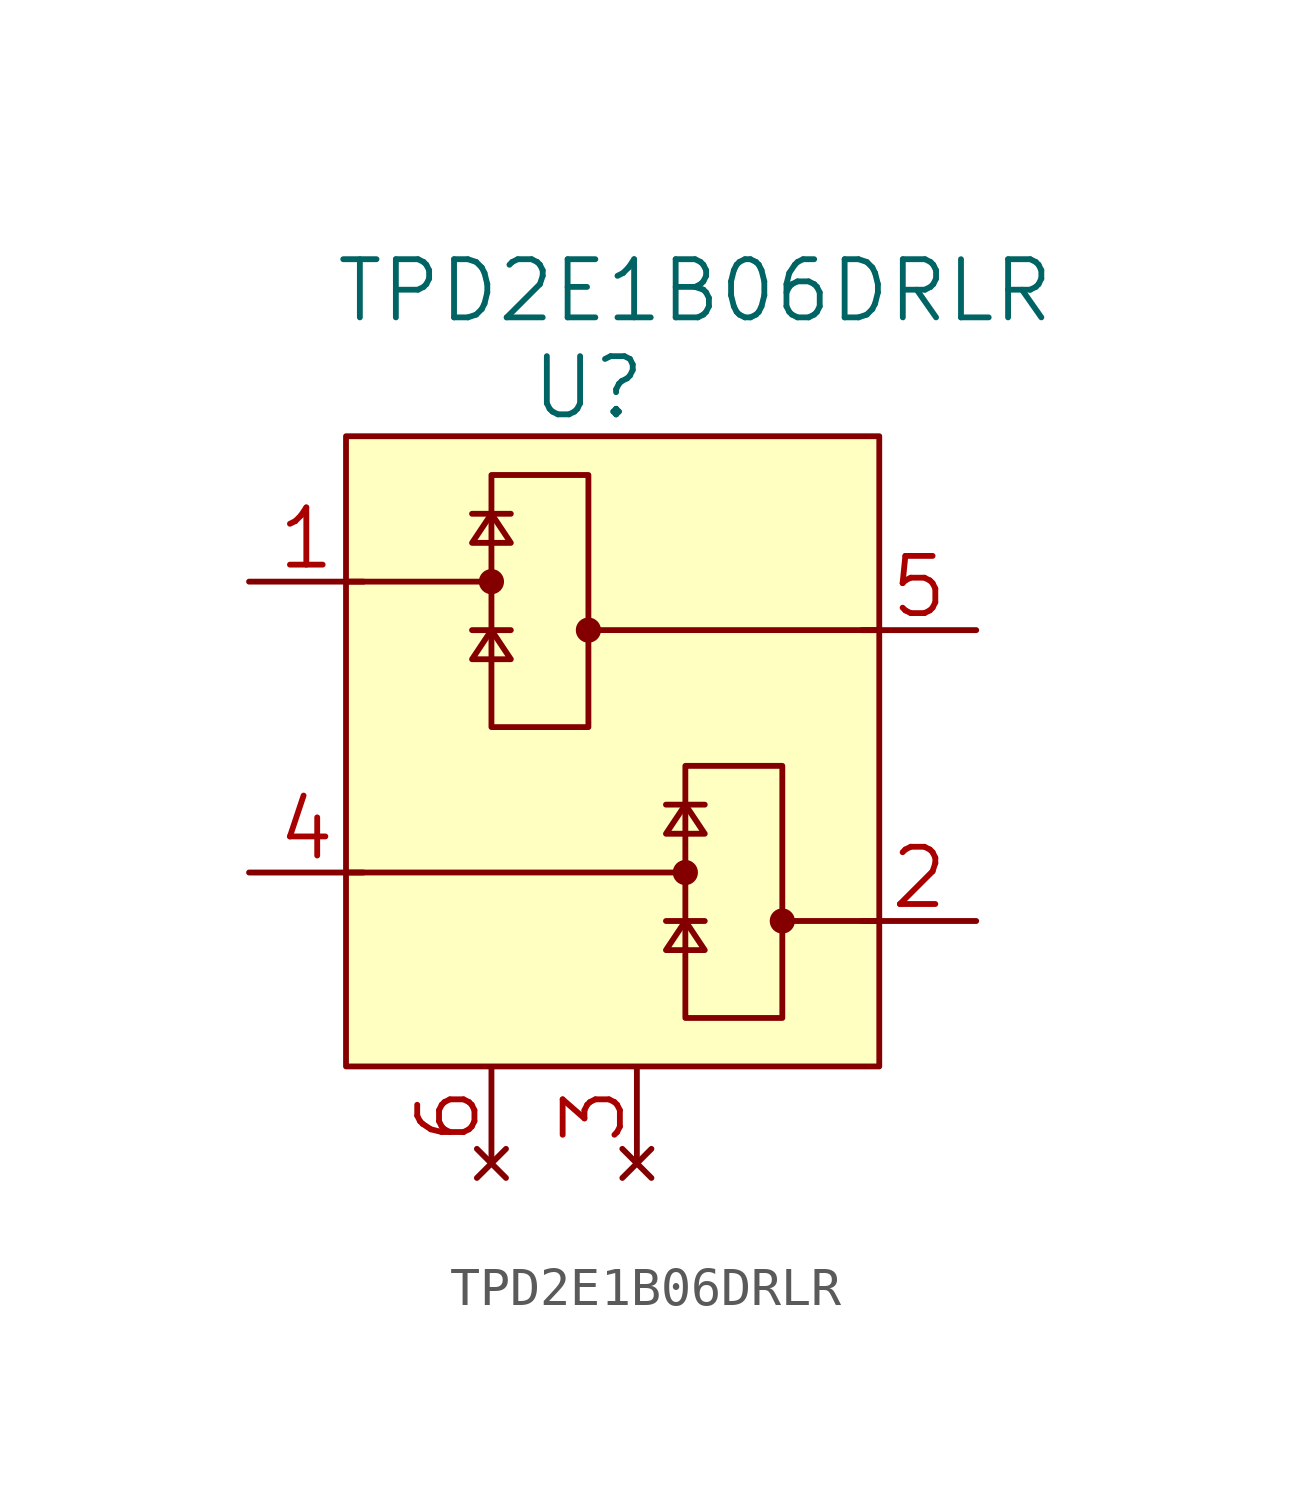
<source format=kicad_sym>
(kicad_symbol_lib
  (version 20220914)
  (generator kicad_symbol_editor)
  (symbol "TPD2E1B06DRLR"
    (pin_names
      (offset 0.127) hide)
    (property "Reference" "U"
      (at 12.7 8.89 0)
      (effects (font (size 1.524 1.524))))
    (property "Value" "TPD2E1B06DRLR"
      (at 15.494 11.43 0)
      (effects (font (size 1.524 1.524))))
    (property "Datasheet" ""
      (at 4.572 0 0)
      (effects (font (size 1.524 1.524))))
    (symbol "TPD2E1B06DRLR_0_1"
      (polyline (pts (xy 10.16 3.81) (xy 6.35 3.81)) (stroke (width 0.152) (type default)) (fill (type none)))
      (polyline (pts (xy 10.668 2.54) (xy 9.652 2.54)) (stroke (width 0) (type default)) (fill (type none)))
      (polyline (pts (xy 10.668 5.588) (xy 9.652 5.588)) (stroke (width 0) (type default)) (fill (type none)))
      (polyline (pts (xy 15.24 -3.81) (xy 6.35 -3.81)) (stroke (width 0.152) (type default)) (fill (type none)))
      (polyline (pts (xy 15.748 -5.08) (xy 14.732 -5.08)) (stroke (width 0) (type default)) (fill (type none)))
      (polyline (pts (xy 15.748 -2.032) (xy 14.732 -2.032)) (stroke (width 0) (type default)) (fill (type none)))
      (polyline (pts (xy 20.32 -5.08) (xy 18.034 -5.08) (xy 18.288 -5.08)) (stroke (width 0.152) (type default)) (fill (type none)))
      (polyline (pts (xy 20.32 2.54) (xy 12.954 2.54) (xy 13.208 2.54)) (stroke (width 0.152) (type default)) (fill (type none)))
      (polyline (pts (xy 10.16 2.54) (xy 9.652 1.778) (xy 10.668 1.778) (xy 10.16 2.54)) (stroke (width 0) (type default)) (fill (type none)))
      (polyline (pts (xy 10.16 5.588) (xy 9.652 4.826) (xy 10.668 4.826) (xy 10.16 5.588)) (stroke (width 0) (type default)) (fill (type none)))
      (polyline (pts (xy 15.24 -5.08) (xy 14.732 -5.842) (xy 15.748 -5.842) (xy 15.24 -5.08)) (stroke (width 0) (type default)) (fill (type none)))
      (polyline (pts (xy 15.24 -2.032) (xy 14.732 -2.794) (xy 15.748 -2.794) (xy 15.24 -2.032)) (stroke (width 0) (type default)) (fill (type none)))
      (rectangle (start 6.35 7.62) (end 20.32 -8.89) (stroke (width 0.152) (type default)) (fill (type background)))
      (circle (center 10.16 3.81) (radius 0.254) (stroke (width 0) (type default)) (fill (type outline)))
      (rectangle (start 10.16 6.604) (end 12.7 0) (stroke (width 0) (type default)) (fill (type none)))
      (circle (center 12.7 2.54) (radius 0.254) (stroke (width 0) (type default)) (fill (type outline)))
      (circle (center 15.24 -3.81) (radius 0.254) (stroke (width 0) (type default)) (fill (type outline)))
      (rectangle (start 15.24 -1.016) (end 17.78 -7.62) (stroke (width 0) (type default)) (fill (type none)))
      (circle (center 17.78 -5.08) (radius 0.254) (stroke (width 0) (type default)) (fill (type outline))))
    (symbol "TPD2E1B06DRLR_1_1"
      (pin bidirectional line (at 3.81 3.81 0) (length 3) (name "~" (effects (font (size 1.499 1.499)))) (number "1" (effects (font (size 1.499 1.499)))))
      (pin power_in line (at 22.86 -5.08 180) (length 3) (name "~" (effects (font (size 1.499 1.499)))) (number "2" (effects (font (size 1.499 1.499)))))
      (pin no_connect line (at 13.97 -11.43 90) (length 2.5) (name "NC" (effects (font (size 1.499 1.499)))) (number "3" (effects (font (size 1.499 1.499)))))
      (pin bidirectional line (at 3.81 -3.81 0) (length 3) (name "~" (effects (font (size 1.499 1.499)))) (number "4" (effects (font (size 1.499 1.499)))))
      (pin power_in line (at 22.86 2.54 180) (length 3) (name "~" (effects (font (size 1.499 1.499)))) (number "5" (effects (font (size 1.499 1.499)))))
      (pin no_connect line (at 10.16 -11.43 90) (length 2.5) (name "NC" (effects (font (size 1.499 1.499)))) (number "6" (effects (font (size 1.499 1.499))))))))
</source>
